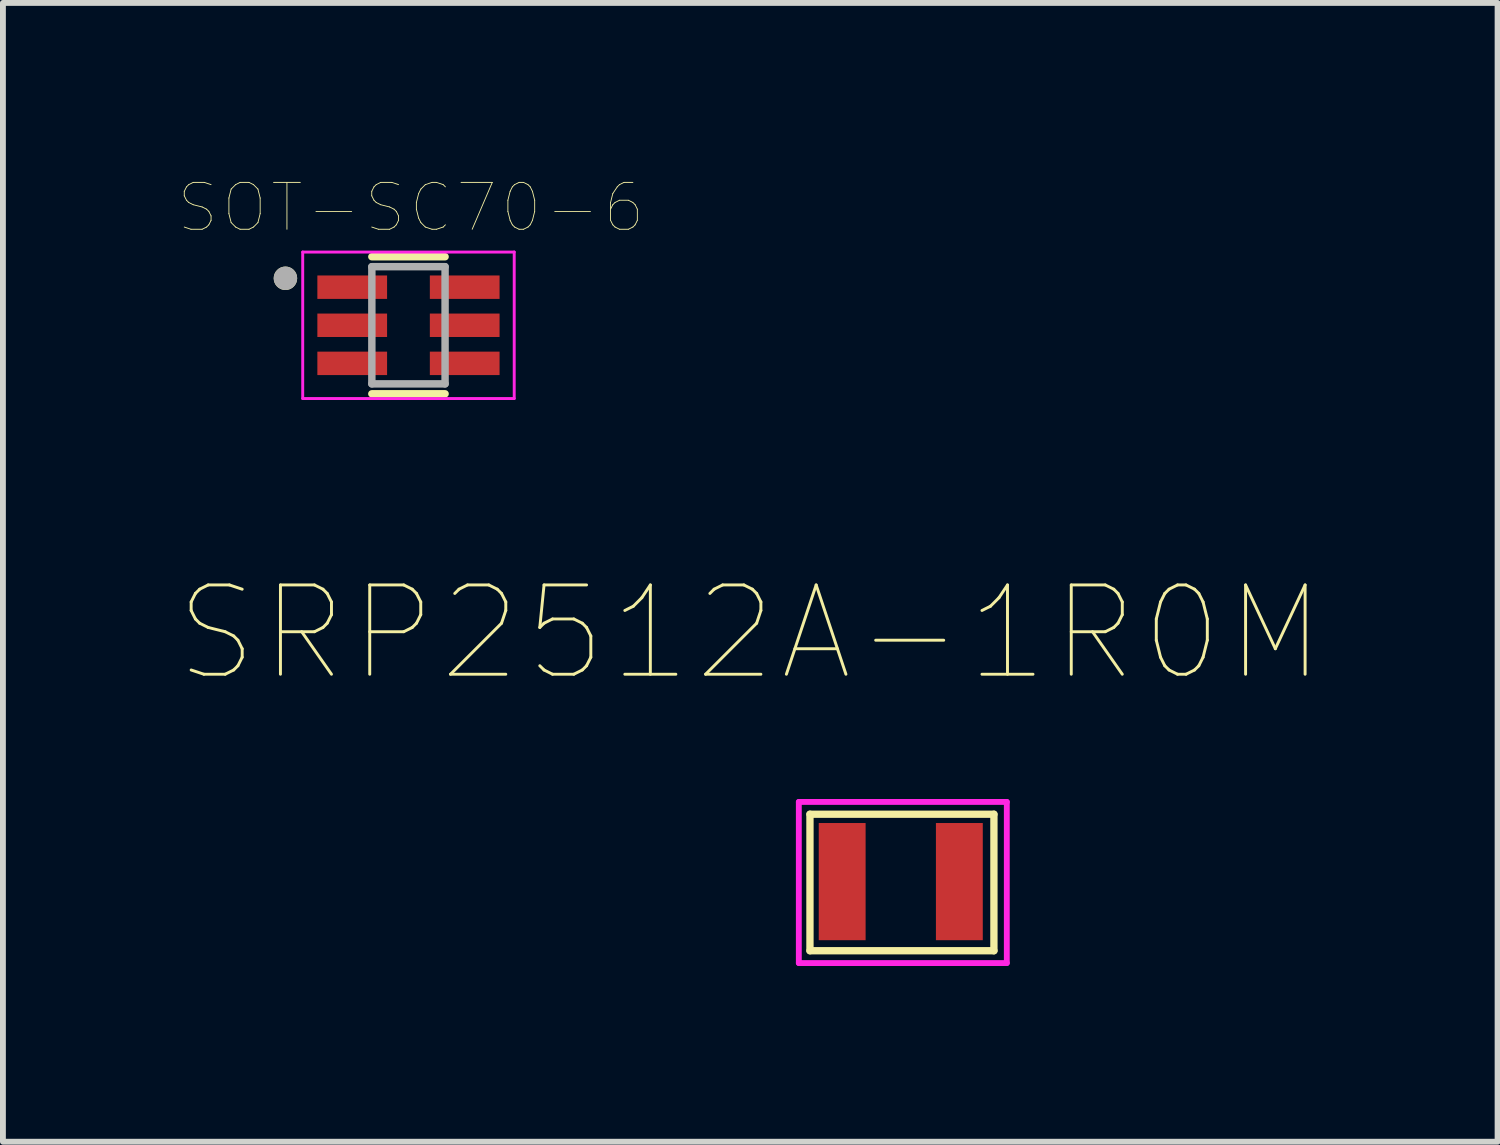
<source format=kicad_pcb>
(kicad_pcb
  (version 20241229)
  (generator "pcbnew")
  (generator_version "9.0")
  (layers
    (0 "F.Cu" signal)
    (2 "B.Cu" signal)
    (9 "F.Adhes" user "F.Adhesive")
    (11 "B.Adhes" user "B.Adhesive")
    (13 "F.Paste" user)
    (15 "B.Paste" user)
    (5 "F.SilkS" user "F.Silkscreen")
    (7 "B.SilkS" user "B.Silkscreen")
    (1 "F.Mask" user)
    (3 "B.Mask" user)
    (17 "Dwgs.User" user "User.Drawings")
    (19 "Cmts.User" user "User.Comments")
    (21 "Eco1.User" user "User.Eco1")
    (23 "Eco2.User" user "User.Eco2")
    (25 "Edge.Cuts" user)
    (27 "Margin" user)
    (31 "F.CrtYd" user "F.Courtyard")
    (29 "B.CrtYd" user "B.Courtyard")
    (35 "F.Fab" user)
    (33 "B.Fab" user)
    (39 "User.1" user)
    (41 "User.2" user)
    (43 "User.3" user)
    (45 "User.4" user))
  (footprint "SRP2512A-1R0M"
    (layer "F.Cu")
    (at 12.575 11.998)
    (property "Reference" "SRP2512A-1R0M" (at -2.819 -4.242 180) (layer "F.SilkS") (effects (font (size 1.524 1.524) (thickness 0.05))))
    (attr smd)
    (fp_line (start -1.8 -1.15) (end 1.34 -1.15) (stroke (width 0.125) (type solid)) (layer "F.SilkS"))
    (fp_line (start -1.8 1.18) (end -1.8 -1.15) (stroke (width 0.125) (type solid)) (layer "F.SilkS"))
    (fp_line (start 1.34 -1.15) (end 1.34 1.18) (stroke (width 0.125) (type solid)) (layer "F.SilkS"))
    (fp_line (start 1.34 1.18) (end -1.8 1.18) (stroke (width 0.125) (type solid)) (layer "F.SilkS"))
    (fp_line (start -1.99 -1.36) (end 1.56 -1.36) (stroke (width 0.1) (type solid)) (layer "F.CrtYd"))
    (fp_line (start -1.99 1.39) (end -1.99 -1.36) (stroke (width 0.1) (type solid)) (layer "F.CrtYd"))
    (fp_line (start 1.56 -1.36) (end 1.56 1.39) (stroke (width 0.1) (type solid)) (layer "F.CrtYd"))
    (fp_line (start 1.56 1.39) (end -1.99 1.39) (stroke (width 0.1) (type solid)) (layer "F.CrtYd"))
    (pad "1" smd rect (at -1.25 0 90) (size 2 0.8) (layers "F.Cu" "F.Mask" "F.Paste"))
    (pad "2" smd rect (at 0.75 0 90) (size 2 0.8) (layers "F.Cu" "F.Mask" "F.Paste")))
  (footprint "SOT-SC70-6"
    (layer "F.Cu")
    (at 3.922 2.502)
    (property "Reference" "SOT-SC70-6" (at 0.04 -2.008 0) (layer "F.SilkS") (effects (font (size 0.8 0.8) (thickness 0.015))))
    (attr through_hole)
    (fp_line (start -0.625 -1.17) (end 0.625 -1.17) (stroke (width 0.127) (type solid)) (layer "F.SilkS"))
    (fp_line (start -0.625 1.17) (end 0.625 1.17) (stroke (width 0.127) (type solid)) (layer "F.SilkS"))
    (fp_circle (center -2.1 -0.802) (end -2 -0.802) (stroke (width 0.2) (type solid)) (fill no) (layer "F.SilkS"))
    (fp_line (start -1.805 -1.25) (end -1.805 1.25) (stroke (width 0.05) (type solid)) (layer "F.CrtYd"))
    (fp_line (start -1.805 1.25) (end 1.805 1.25) (stroke (width 0.05) (type solid)) (layer "F.CrtYd"))
    (fp_line (start 1.805 -1.25) (end -1.805 -1.25) (stroke (width 0.05) (type solid)) (layer "F.CrtYd"))
    (fp_line (start 1.805 1.25) (end 1.805 -1.25) (stroke (width 0.05) (type solid)) (layer "F.CrtYd"))
    (fp_line (start -0.625 -1) (end -0.625 1) (stroke (width 0.127) (type solid)) (layer "F.Fab"))
    (fp_line (start -0.625 1) (end 0.625 1) (stroke (width 0.127) (type solid)) (layer "F.Fab"))
    (fp_line (start 0.625 -1) (end -0.625 -1) (stroke (width 0.127) (type solid)) (layer "F.Fab"))
    (fp_line (start 0.625 1) (end 0.625 -1) (stroke (width 0.127) (type solid)) (layer "F.Fab"))
    (fp_circle (center -2.1 -0.802) (end -2 -0.802) (stroke (width 0.2) (type solid)) (fill no) (layer "F.Fab"))
    (pad "1" smd rect (at -0.96 -0.65) (size 1.19 0.4) (layers "F.Cu" "F.Mask" "F.Paste"))
    (pad "2" smd rect (at -0.96 0) (size 1.19 0.4) (layers "F.Cu" "F.Mask" "F.Paste"))
    (pad "3" smd rect (at -0.96 0.65) (size 1.19 0.4) (layers "F.Cu" "F.Mask" "F.Paste"))
    (pad "4" smd rect (at 0.96 0.65) (size 1.19 0.4) (layers "F.Cu" "F.Mask" "F.Paste"))
    (pad "5" smd rect (at 0.96 0) (size 1.19 0.4) (layers "F.Cu" "F.Mask" "F.Paste"))
    (pad "6" smd rect (at 0.96 -0.65) (size 1.19 0.4) (layers "F.Cu" "F.Mask" "F.Paste")))
  (gr_rect
    (start -3 -3)
    (end 22.512 16.438)
    (stroke (width 0.1) (type default))
    (fill no)
    (layer "Edge.Cuts")))
</source>
